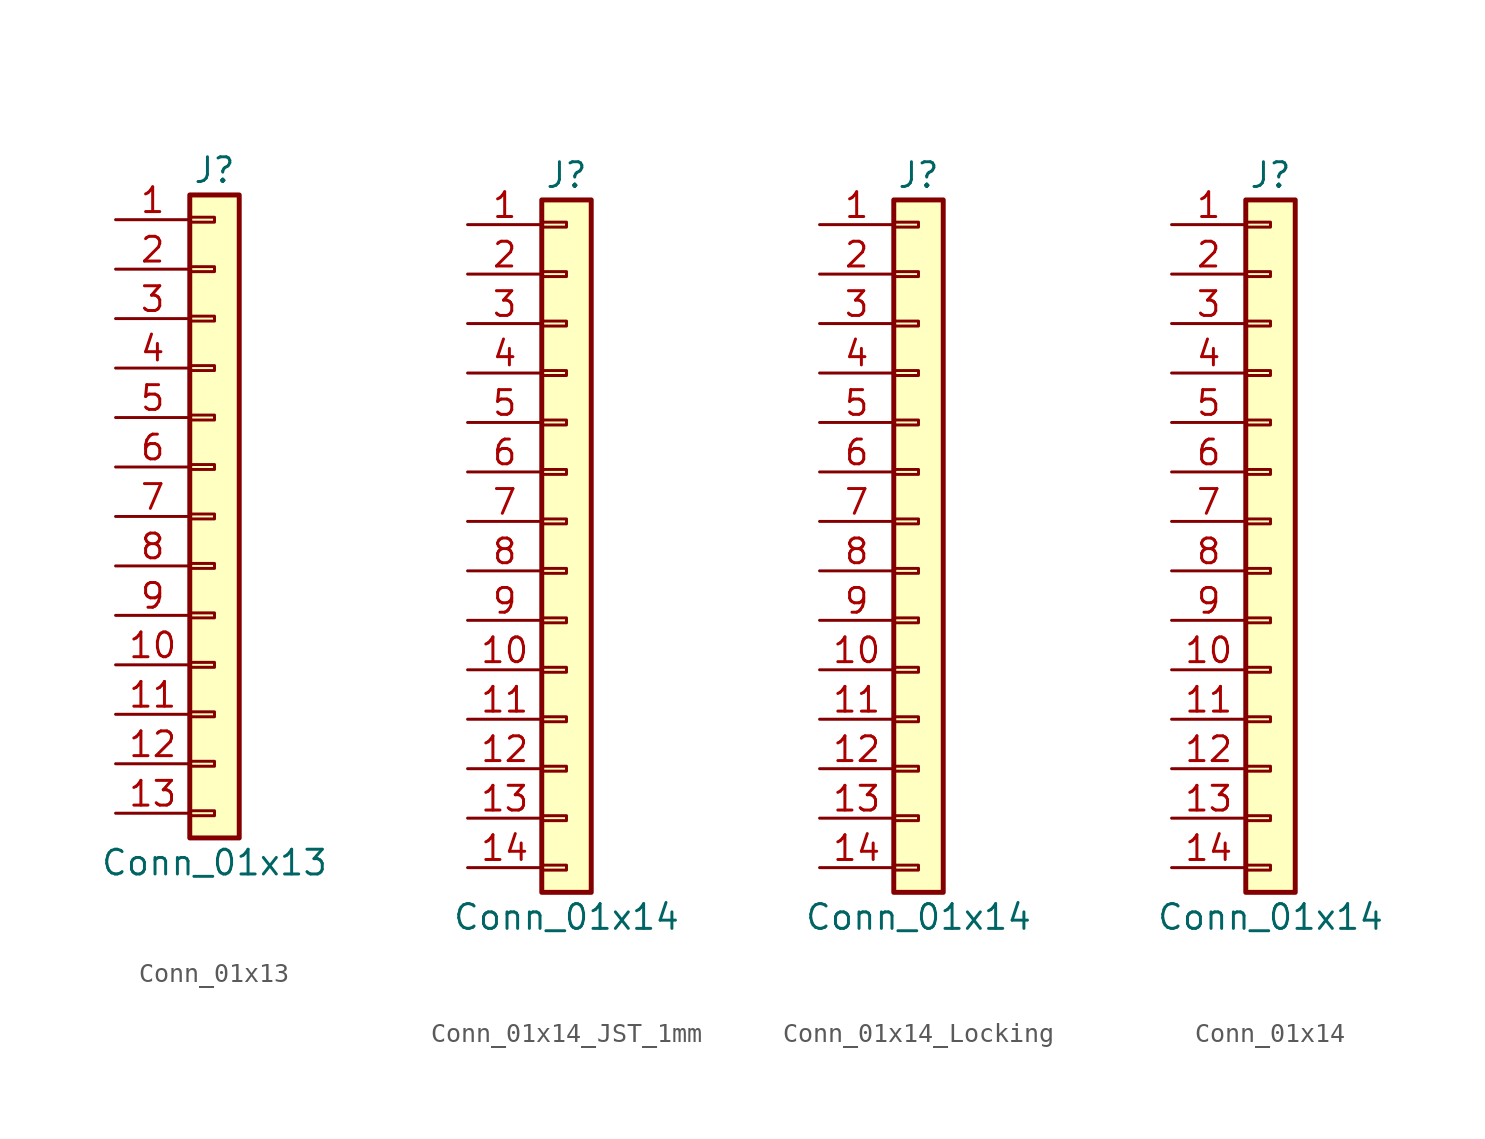
<source format=kicad_sym>
(kicad_symbol_lib
  (version 20241209)
  (generator "kicad_symbol_editor")
  (generator_version "9.0")
  (symbol "Conn_01x13"
    (pin_names
      (offset 1.016)
      (hide yes))
    (property "Reference" "J"
      (at 0 17.78 0)
      (effects (font (size 1.27 1.27))))
    (property "Value" "Conn_01x13"
      (at 0 -17.78 0)
      (effects (font (size 1.27 1.27))))
    (symbol "Conn_01x13_1_1"
      (rectangle (start -1.27 16.51) (end 1.27 -16.51) (stroke (width 0.254) (type default)) (fill (type background)))
      (rectangle (start -1.27 15.367) (end 0 15.113) (stroke (width 0.152) (type default)) (fill (type none)))
      (rectangle (start -1.27 12.827) (end 0 12.573) (stroke (width 0.152) (type default)) (fill (type none)))
      (rectangle (start -1.27 10.287) (end 0 10.033) (stroke (width 0.152) (type default)) (fill (type none)))
      (rectangle (start -1.27 7.747) (end 0 7.493) (stroke (width 0.152) (type default)) (fill (type none)))
      (rectangle (start -1.27 5.207) (end 0 4.953) (stroke (width 0.152) (type default)) (fill (type none)))
      (rectangle (start -1.27 2.667) (end 0 2.413) (stroke (width 0.152) (type default)) (fill (type none)))
      (rectangle (start -1.27 0.127) (end 0 -0.127) (stroke (width 0.152) (type default)) (fill (type none)))
      (rectangle (start -1.27 -2.413) (end 0 -2.667) (stroke (width 0.152) (type default)) (fill (type none)))
      (rectangle (start -1.27 -4.953) (end 0 -5.207) (stroke (width 0.152) (type default)) (fill (type none)))
      (rectangle (start -1.27 -7.493) (end 0 -7.747) (stroke (width 0.152) (type default)) (fill (type none)))
      (rectangle (start -1.27 -10.033) (end 0 -10.287) (stroke (width 0.152) (type default)) (fill (type none)))
      (rectangle (start -1.27 -12.573) (end 0 -12.827) (stroke (width 0.152) (type default)) (fill (type none)))
      (rectangle (start -1.27 -15.113) (end 0 -15.367) (stroke (width 0.152) (type default)) (fill (type none)))
      (pin passive line (at -5.08 15.24 0) (length 3.81) (name "Pin_1" (effects (font (size 1.27 1.27)))) (number "1" (effects (font (size 1.27 1.27)))))
      (pin passive line (at -5.08 12.7 0) (length 3.81) (name "Pin_2" (effects (font (size 1.27 1.27)))) (number "2" (effects (font (size 1.27 1.27)))))
      (pin passive line (at -5.08 10.16 0) (length 3.81) (name "Pin_3" (effects (font (size 1.27 1.27)))) (number "3" (effects (font (size 1.27 1.27)))))
      (pin passive line (at -5.08 7.62 0) (length 3.81) (name "Pin_4" (effects (font (size 1.27 1.27)))) (number "4" (effects (font (size 1.27 1.27)))))
      (pin passive line (at -5.08 5.08 0) (length 3.81) (name "Pin_5" (effects (font (size 1.27 1.27)))) (number "5" (effects (font (size 1.27 1.27)))))
      (pin passive line (at -5.08 2.54 0) (length 3.81) (name "Pin_6" (effects (font (size 1.27 1.27)))) (number "6" (effects (font (size 1.27 1.27)))))
      (pin passive line (at -5.08 0 0) (length 3.81) (name "Pin_7" (effects (font (size 1.27 1.27)))) (number "7" (effects (font (size 1.27 1.27)))))
      (pin passive line (at -5.08 -2.54 0) (length 3.81) (name "Pin_8" (effects (font (size 1.27 1.27)))) (number "8" (effects (font (size 1.27 1.27)))))
      (pin passive line (at -5.08 -5.08 0) (length 3.81) (name "Pin_9" (effects (font (size 1.27 1.27)))) (number "9" (effects (font (size 1.27 1.27)))))
      (pin passive line (at -5.08 -7.62 0) (length 3.81) (name "Pin_10" (effects (font (size 1.27 1.27)))) (number "10" (effects (font (size 1.27 1.27)))))
      (pin passive line (at -5.08 -10.16 0) (length 3.81) (name "Pin_11" (effects (font (size 1.27 1.27)))) (number "11" (effects (font (size 1.27 1.27)))))
      (pin passive line (at -5.08 -12.7 0) (length 3.81) (name "Pin_12" (effects (font (size 1.27 1.27)))) (number "12" (effects (font (size 1.27 1.27)))))
      (pin passive line (at -5.08 -15.24 0) (length 3.81) (name "Pin_13" (effects (font (size 1.27 1.27)))) (number "13" (effects (font (size 1.27 1.27)))))))
  (symbol "Conn_01x14_JST_1mm"
    (pin_names
      (offset 1.016)
      (hide yes))
    (property "Reference" "J"
      (at 0 17.78 0)
      (effects (font (size 1.27 1.27))))
    (property "Value" "Conn_01x14"
      (at 0 -20.32 0)
      (effects (font (size 1.27 1.27))))
    (symbol "Conn_01x14_JST_1mm_1_1"
      (rectangle (start -1.27 16.51) (end 1.27 -19.05) (stroke (width 0.254) (type default)) (fill (type background)))
      (rectangle (start -1.27 15.367) (end 0 15.113) (stroke (width 0.152) (type default)) (fill (type none)))
      (rectangle (start -1.27 12.827) (end 0 12.573) (stroke (width 0.152) (type default)) (fill (type none)))
      (rectangle (start -1.27 10.287) (end 0 10.033) (stroke (width 0.152) (type default)) (fill (type none)))
      (rectangle (start -1.27 7.747) (end 0 7.493) (stroke (width 0.152) (type default)) (fill (type none)))
      (rectangle (start -1.27 5.207) (end 0 4.953) (stroke (width 0.152) (type default)) (fill (type none)))
      (rectangle (start -1.27 2.667) (end 0 2.413) (stroke (width 0.152) (type default)) (fill (type none)))
      (rectangle (start -1.27 0.127) (end 0 -0.127) (stroke (width 0.152) (type default)) (fill (type none)))
      (rectangle (start -1.27 -2.413) (end 0 -2.667) (stroke (width 0.152) (type default)) (fill (type none)))
      (rectangle (start -1.27 -4.953) (end 0 -5.207) (stroke (width 0.152) (type default)) (fill (type none)))
      (rectangle (start -1.27 -7.493) (end 0 -7.747) (stroke (width 0.152) (type default)) (fill (type none)))
      (rectangle (start -1.27 -10.033) (end 0 -10.287) (stroke (width 0.152) (type default)) (fill (type none)))
      (rectangle (start -1.27 -12.573) (end 0 -12.827) (stroke (width 0.152) (type default)) (fill (type none)))
      (rectangle (start -1.27 -15.113) (end 0 -15.367) (stroke (width 0.152) (type default)) (fill (type none)))
      (rectangle (start -1.27 -17.653) (end 0 -17.907) (stroke (width 0.152) (type default)) (fill (type none)))
      (pin passive line (at -5.08 15.24 0) (length 3.81) (name "Pin_1" (effects (font (size 1.27 1.27)))) (number "1" (effects (font (size 1.27 1.27)))))
      (pin passive line (at -5.08 12.7 0) (length 3.81) (name "Pin_2" (effects (font (size 1.27 1.27)))) (number "2" (effects (font (size 1.27 1.27)))))
      (pin passive line (at -5.08 10.16 0) (length 3.81) (name "Pin_3" (effects (font (size 1.27 1.27)))) (number "3" (effects (font (size 1.27 1.27)))))
      (pin passive line (at -5.08 7.62 0) (length 3.81) (name "Pin_4" (effects (font (size 1.27 1.27)))) (number "4" (effects (font (size 1.27 1.27)))))
      (pin passive line (at -5.08 5.08 0) (length 3.81) (name "Pin_5" (effects (font (size 1.27 1.27)))) (number "5" (effects (font (size 1.27 1.27)))))
      (pin passive line (at -5.08 2.54 0) (length 3.81) (name "Pin_6" (effects (font (size 1.27 1.27)))) (number "6" (effects (font (size 1.27 1.27)))))
      (pin passive line (at -5.08 0 0) (length 3.81) (name "Pin_7" (effects (font (size 1.27 1.27)))) (number "7" (effects (font (size 1.27 1.27)))))
      (pin passive line (at -5.08 -2.54 0) (length 3.81) (name "Pin_8" (effects (font (size 1.27 1.27)))) (number "8" (effects (font (size 1.27 1.27)))))
      (pin passive line (at -5.08 -5.08 0) (length 3.81) (name "Pin_9" (effects (font (size 1.27 1.27)))) (number "9" (effects (font (size 1.27 1.27)))))
      (pin passive line (at -5.08 -7.62 0) (length 3.81) (name "Pin_10" (effects (font (size 1.27 1.27)))) (number "10" (effects (font (size 1.27 1.27)))))
      (pin passive line (at -5.08 -10.16 0) (length 3.81) (name "Pin_11" (effects (font (size 1.27 1.27)))) (number "11" (effects (font (size 1.27 1.27)))))
      (pin passive line (at -5.08 -12.7 0) (length 3.81) (name "Pin_12" (effects (font (size 1.27 1.27)))) (number "12" (effects (font (size 1.27 1.27)))))
      (pin passive line (at -5.08 -15.24 0) (length 3.81) (name "Pin_13" (effects (font (size 1.27 1.27)))) (number "13" (effects (font (size 1.27 1.27)))))
      (pin passive line (at -5.08 -17.78 0) (length 3.81) (name "Pin_14" (effects (font (size 1.27 1.27)))) (number "14" (effects (font (size 1.27 1.27)))))))
  (symbol "Conn_01x14_Locking"
    (pin_names
      (offset 1.016)
      (hide yes))
    (property "Reference" "J"
      (at 0 17.78 0)
      (effects (font (size 1.27 1.27))))
    (property "Value" "Conn_01x14"
      (at 0 -20.32 0)
      (effects (font (size 1.27 1.27))))
    (symbol "Conn_01x14_Locking_1_1"
      (rectangle (start -1.27 16.51) (end 1.27 -19.05) (stroke (width 0.254) (type default)) (fill (type background)))
      (rectangle (start -1.27 15.367) (end 0 15.113) (stroke (width 0.152) (type default)) (fill (type none)))
      (rectangle (start -1.27 12.827) (end 0 12.573) (stroke (width 0.152) (type default)) (fill (type none)))
      (rectangle (start -1.27 10.287) (end 0 10.033) (stroke (width 0.152) (type default)) (fill (type none)))
      (rectangle (start -1.27 7.747) (end 0 7.493) (stroke (width 0.152) (type default)) (fill (type none)))
      (rectangle (start -1.27 5.207) (end 0 4.953) (stroke (width 0.152) (type default)) (fill (type none)))
      (rectangle (start -1.27 2.667) (end 0 2.413) (stroke (width 0.152) (type default)) (fill (type none)))
      (rectangle (start -1.27 0.127) (end 0 -0.127) (stroke (width 0.152) (type default)) (fill (type none)))
      (rectangle (start -1.27 -2.413) (end 0 -2.667) (stroke (width 0.152) (type default)) (fill (type none)))
      (rectangle (start -1.27 -4.953) (end 0 -5.207) (stroke (width 0.152) (type default)) (fill (type none)))
      (rectangle (start -1.27 -7.493) (end 0 -7.747) (stroke (width 0.152) (type default)) (fill (type none)))
      (rectangle (start -1.27 -10.033) (end 0 -10.287) (stroke (width 0.152) (type default)) (fill (type none)))
      (rectangle (start -1.27 -12.573) (end 0 -12.827) (stroke (width 0.152) (type default)) (fill (type none)))
      (rectangle (start -1.27 -15.113) (end 0 -15.367) (stroke (width 0.152) (type default)) (fill (type none)))
      (rectangle (start -1.27 -17.653) (end 0 -17.907) (stroke (width 0.152) (type default)) (fill (type none)))
      (pin passive line (at -5.08 15.24 0) (length 3.81) (name "Pin_1" (effects (font (size 1.27 1.27)))) (number "1" (effects (font (size 1.27 1.27)))))
      (pin passive line (at -5.08 12.7 0) (length 3.81) (name "Pin_2" (effects (font (size 1.27 1.27)))) (number "2" (effects (font (size 1.27 1.27)))))
      (pin passive line (at -5.08 10.16 0) (length 3.81) (name "Pin_3" (effects (font (size 1.27 1.27)))) (number "3" (effects (font (size 1.27 1.27)))))
      (pin passive line (at -5.08 7.62 0) (length 3.81) (name "Pin_4" (effects (font (size 1.27 1.27)))) (number "4" (effects (font (size 1.27 1.27)))))
      (pin passive line (at -5.08 5.08 0) (length 3.81) (name "Pin_5" (effects (font (size 1.27 1.27)))) (number "5" (effects (font (size 1.27 1.27)))))
      (pin passive line (at -5.08 2.54 0) (length 3.81) (name "Pin_6" (effects (font (size 1.27 1.27)))) (number "6" (effects (font (size 1.27 1.27)))))
      (pin passive line (at -5.08 0 0) (length 3.81) (name "Pin_7" (effects (font (size 1.27 1.27)))) (number "7" (effects (font (size 1.27 1.27)))))
      (pin passive line (at -5.08 -2.54 0) (length 3.81) (name "Pin_8" (effects (font (size 1.27 1.27)))) (number "8" (effects (font (size 1.27 1.27)))))
      (pin passive line (at -5.08 -5.08 0) (length 3.81) (name "Pin_9" (effects (font (size 1.27 1.27)))) (number "9" (effects (font (size 1.27 1.27)))))
      (pin passive line (at -5.08 -7.62 0) (length 3.81) (name "Pin_10" (effects (font (size 1.27 1.27)))) (number "10" (effects (font (size 1.27 1.27)))))
      (pin passive line (at -5.08 -10.16 0) (length 3.81) (name "Pin_11" (effects (font (size 1.27 1.27)))) (number "11" (effects (font (size 1.27 1.27)))))
      (pin passive line (at -5.08 -12.7 0) (length 3.81) (name "Pin_12" (effects (font (size 1.27 1.27)))) (number "12" (effects (font (size 1.27 1.27)))))
      (pin passive line (at -5.08 -15.24 0) (length 3.81) (name "Pin_13" (effects (font (size 1.27 1.27)))) (number "13" (effects (font (size 1.27 1.27)))))
      (pin passive line (at -5.08 -17.78 0) (length 3.81) (name "Pin_14" (effects (font (size 1.27 1.27)))) (number "14" (effects (font (size 1.27 1.27)))))))
  (symbol "Conn_01x14"
    (pin_names
      (offset 1.016)
      (hide yes))
    (property "Reference" "J"
      (at 0 17.78 0)
      (effects (font (size 1.27 1.27))))
    (property "Value" "Conn_01x14"
      (at 0 -20.32 0)
      (effects (font (size 1.27 1.27))))
    (symbol "Conn_01x14_1_1"
      (rectangle (start -1.27 16.51) (end 1.27 -19.05) (stroke (width 0.254) (type default)) (fill (type background)))
      (rectangle (start -1.27 15.367) (end 0 15.113) (stroke (width 0.152) (type default)) (fill (type none)))
      (rectangle (start -1.27 12.827) (end 0 12.573) (stroke (width 0.152) (type default)) (fill (type none)))
      (rectangle (start -1.27 10.287) (end 0 10.033) (stroke (width 0.152) (type default)) (fill (type none)))
      (rectangle (start -1.27 7.747) (end 0 7.493) (stroke (width 0.152) (type default)) (fill (type none)))
      (rectangle (start -1.27 5.207) (end 0 4.953) (stroke (width 0.152) (type default)) (fill (type none)))
      (rectangle (start -1.27 2.667) (end 0 2.413) (stroke (width 0.152) (type default)) (fill (type none)))
      (rectangle (start -1.27 0.127) (end 0 -0.127) (stroke (width 0.152) (type default)) (fill (type none)))
      (rectangle (start -1.27 -2.413) (end 0 -2.667) (stroke (width 0.152) (type default)) (fill (type none)))
      (rectangle (start -1.27 -4.953) (end 0 -5.207) (stroke (width 0.152) (type default)) (fill (type none)))
      (rectangle (start -1.27 -7.493) (end 0 -7.747) (stroke (width 0.152) (type default)) (fill (type none)))
      (rectangle (start -1.27 -10.033) (end 0 -10.287) (stroke (width 0.152) (type default)) (fill (type none)))
      (rectangle (start -1.27 -12.573) (end 0 -12.827) (stroke (width 0.152) (type default)) (fill (type none)))
      (rectangle (start -1.27 -15.113) (end 0 -15.367) (stroke (width 0.152) (type default)) (fill (type none)))
      (rectangle (start -1.27 -17.653) (end 0 -17.907) (stroke (width 0.152) (type default)) (fill (type none)))
      (pin passive line (at -5.08 15.24 0) (length 3.81) (name "Pin_1" (effects (font (size 1.27 1.27)))) (number "1" (effects (font (size 1.27 1.27)))))
      (pin passive line (at -5.08 12.7 0) (length 3.81) (name "Pin_2" (effects (font (size 1.27 1.27)))) (number "2" (effects (font (size 1.27 1.27)))))
      (pin passive line (at -5.08 10.16 0) (length 3.81) (name "Pin_3" (effects (font (size 1.27 1.27)))) (number "3" (effects (font (size 1.27 1.27)))))
      (pin passive line (at -5.08 7.62 0) (length 3.81) (name "Pin_4" (effects (font (size 1.27 1.27)))) (number "4" (effects (font (size 1.27 1.27)))))
      (pin passive line (at -5.08 5.08 0) (length 3.81) (name "Pin_5" (effects (font (size 1.27 1.27)))) (number "5" (effects (font (size 1.27 1.27)))))
      (pin passive line (at -5.08 2.54 0) (length 3.81) (name "Pin_6" (effects (font (size 1.27 1.27)))) (number "6" (effects (font (size 1.27 1.27)))))
      (pin passive line (at -5.08 0 0) (length 3.81) (name "Pin_7" (effects (font (size 1.27 1.27)))) (number "7" (effects (font (size 1.27 1.27)))))
      (pin passive line (at -5.08 -2.54 0) (length 3.81) (name "Pin_8" (effects (font (size 1.27 1.27)))) (number "8" (effects (font (size 1.27 1.27)))))
      (pin passive line (at -5.08 -5.08 0) (length 3.81) (name "Pin_9" (effects (font (size 1.27 1.27)))) (number "9" (effects (font (size 1.27 1.27)))))
      (pin passive line (at -5.08 -7.62 0) (length 3.81) (name "Pin_10" (effects (font (size 1.27 1.27)))) (number "10" (effects (font (size 1.27 1.27)))))
      (pin passive line (at -5.08 -10.16 0) (length 3.81) (name "Pin_11" (effects (font (size 1.27 1.27)))) (number "11" (effects (font (size 1.27 1.27)))))
      (pin passive line (at -5.08 -12.7 0) (length 3.81) (name "Pin_12" (effects (font (size 1.27 1.27)))) (number "12" (effects (font (size 1.27 1.27)))))
      (pin passive line (at -5.08 -15.24 0) (length 3.81) (name "Pin_13" (effects (font (size 1.27 1.27)))) (number "13" (effects (font (size 1.27 1.27)))))
      (pin passive line (at -5.08 -17.78 0) (length 3.81) (name "Pin_14" (effects (font (size 1.27 1.27)))) (number "14" (effects (font (size 1.27 1.27))))))))
</source>
